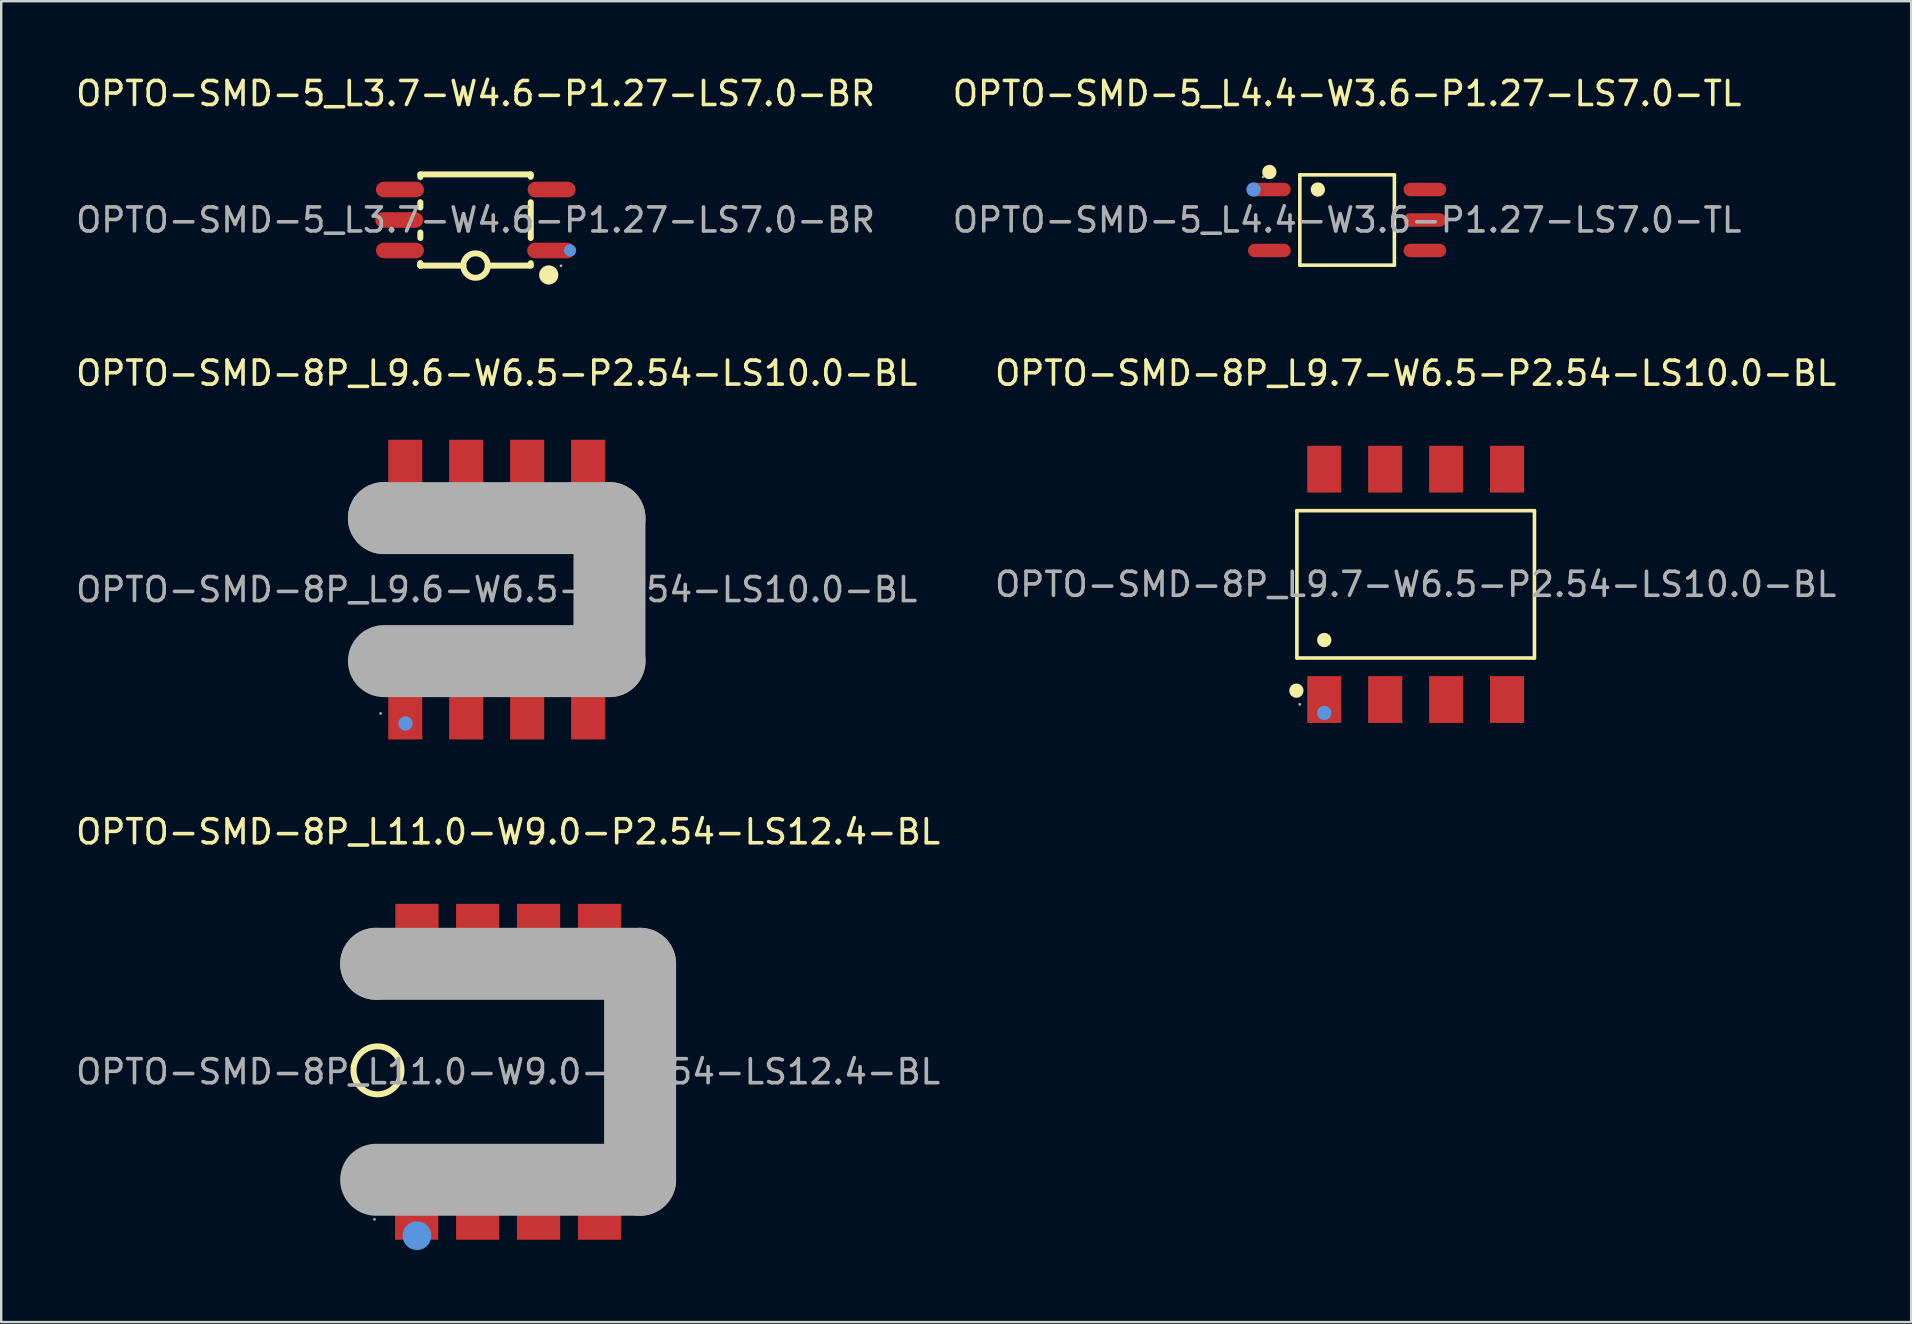
<source format=kicad_pcb>
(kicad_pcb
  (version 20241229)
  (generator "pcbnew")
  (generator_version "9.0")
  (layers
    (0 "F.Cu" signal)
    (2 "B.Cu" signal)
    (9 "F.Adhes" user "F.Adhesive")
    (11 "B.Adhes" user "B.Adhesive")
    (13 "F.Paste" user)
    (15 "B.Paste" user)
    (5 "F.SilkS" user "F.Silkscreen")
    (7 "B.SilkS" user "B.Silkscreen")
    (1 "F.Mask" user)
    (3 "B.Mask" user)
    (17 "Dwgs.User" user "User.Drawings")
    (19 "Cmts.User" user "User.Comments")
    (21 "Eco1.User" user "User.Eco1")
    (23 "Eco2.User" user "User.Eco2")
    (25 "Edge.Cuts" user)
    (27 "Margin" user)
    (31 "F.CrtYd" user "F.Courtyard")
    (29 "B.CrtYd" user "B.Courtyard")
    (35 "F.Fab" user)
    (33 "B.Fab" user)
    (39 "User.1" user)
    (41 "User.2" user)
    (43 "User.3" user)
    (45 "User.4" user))
  (footprint "OPTO-SMD-8P_L9.6-W6.5-P2.54-LS10.0-BL"
    (layer "F.Cu")
    (at 17.649 21.521)
    (property "Reference" "OPTO-SMD-8P_L9.6-W6.5-P2.54-LS10.0-BL" (at 0 -9.02 0) (layer "F.SilkS") (effects (font (size 1 1) (thickness 0.15))))
    (attr through_hole)
    (fp_circle (center -4.96 3.49) (end -4.81 3.49) (stroke (width 0.3) (type solid)) (fill no) (layer "F.SilkS"))
    (fp_circle (center -3.8 5.58) (end -3.65 5.58) (stroke (width 0.3) (type solid)) (fill no) (layer "Cmts.User"))
    (fp_line (start -4.7 -2.98) (end -4.7 -2.98) (stroke (width 3) (type solid)) (layer "F.Fab"))
    (fp_line (start -4.7 -2.98) (end 4.7 -2.98) (stroke (width 3) (type solid)) (layer "F.Fab"))
    (fp_line (start 4.7 -2.98) (end 4.7 2.98) (stroke (width 3) (type solid)) (layer "F.Fab"))
    (fp_line (start 4.7 2.98) (end -4.7 2.98) (stroke (width 3) (type solid)) (layer "F.Fab"))
    (fp_circle (center -4.84 5.16) (end -4.81 5.16) (stroke (width 0.06) (type solid)) (fill no) (layer "F.Fab"))
    (fp_text user "${REFERENCE}" (at 0 0 0) (layer "F.Fab") (effects (font (size 1 1) (thickness 0.15))))
    (pad "1" smd rect (at -3.81 5.02) (size 1.42 2.45) (layers "F.Cu" "F.Mask" "F.Paste"))
    (pad "2" smd rect (at -1.27 5.02) (size 1.42 2.45) (layers "F.Cu" "F.Mask" "F.Paste"))
    (pad "3" smd rect (at 1.27 5.02) (size 1.42 2.45) (layers "F.Cu" "F.Mask" "F.Paste"))
    (pad "4" smd rect (at 3.81 5.02) (size 1.42 2.45) (layers "F.Cu" "F.Mask" "F.Paste"))
    (pad "5" smd rect (at 3.81 -5.02) (size 1.42 2.45) (layers "F.Cu" "F.Mask" "F.Paste"))
    (pad "6" smd rect (at 1.27 -5.02) (size 1.42 2.45) (layers "F.Cu" "F.Mask" "F.Paste"))
    (pad "7" smd rect (at -1.27 -5.02) (size 1.42 2.45) (layers "F.Cu" "F.Mask" "F.Paste"))
    (pad "8" smd rect (at -3.81 -5.02) (size 1.42 2.45) (layers "F.Cu" "F.Mask" "F.Paste")))
  (footprint "OPTO-SMD-8P_L9.7-W6.5-P2.54-LS10.0-BL"
    (layer "F.Cu")
    (at 55.946 21.302)
    (property "Reference" "OPTO-SMD-8P_L9.7-W6.5-P2.54-LS10.0-BL" (at 0 -8.8 0) (layer "F.SilkS") (effects (font (size 1 1) (thickness 0.15))))
    (attr through_hole)
    (fp_line (start -4.95 -3.07) (end 4.95 -3.07) (stroke (width 0.15) (type solid)) (layer "F.SilkS"))
    (fp_line (start -4.95 3.07) (end -4.95 -3.07) (stroke (width 0.15) (type solid)) (layer "F.SilkS"))
    (fp_line (start 4.95 -3.07) (end 4.95 3.07) (stroke (width 0.15) (type solid)) (layer "F.SilkS"))
    (fp_line (start 4.95 3.07) (end -4.95 3.07) (stroke (width 0.15) (type solid)) (layer "F.SilkS"))
    (fp_circle (center -4.97 4.43) (end -4.82 4.43) (stroke (width 0.3) (type solid)) (fill no) (layer "F.SilkS"))
    (fp_circle (center -3.81 2.32) (end -3.66 2.32) (stroke (width 0.3) (type solid)) (fill no) (layer "F.SilkS"))
    (fp_circle (center -3.81 5.36) (end -3.66 5.36) (stroke (width 0.3) (type solid)) (fill no) (layer "Cmts.User"))
    (fp_circle (center -4.83 5) (end -4.8 5) (stroke (width 0.06) (type solid)) (fill no) (layer "F.Fab"))
    (fp_text user "${REFERENCE}" (at 0 0 0) (layer "F.Fab") (effects (font (size 1 1) (thickness 0.15))))
    (pad "1" smd rect (at -3.81 4.8) (size 1.42 1.95) (layers "F.Cu" "F.Mask" "F.Paste"))
    (pad "2" smd rect (at -1.27 4.8) (size 1.42 1.95) (layers "F.Cu" "F.Mask" "F.Paste"))
    (pad "3" smd rect (at 1.27 4.8) (size 1.42 1.95) (layers "F.Cu" "F.Mask" "F.Paste"))
    (pad "4" smd rect (at 3.81 4.8) (size 1.42 1.95) (layers "F.Cu" "F.Mask" "F.Paste"))
    (pad "5" smd rect (at 3.81 -4.8) (size 1.42 1.95) (layers "F.Cu" "F.Mask" "F.Paste"))
    (pad "6" smd rect (at 1.27 -4.8) (size 1.42 1.95) (layers "F.Cu" "F.Mask" "F.Paste"))
    (pad "7" smd rect (at -1.27 -4.8) (size 1.42 1.95) (layers "F.Cu" "F.Mask" "F.Paste"))
    (pad "8" smd rect (at -3.81 -4.8) (size 1.42 1.95) (layers "F.Cu" "F.Mask" "F.Paste")))
  (footprint "OPTO-SMD-5_L4.4-W3.6-P1.27-LS7.0-TL"
    (layer "F.Cu")
    (at 53.089 6.118)
    (property "Reference" "OPTO-SMD-5_L4.4-W3.6-P1.27-LS7.0-TL" (at 0 -5.27 0) (layer "F.SilkS") (effects (font (size 1 1) (thickness 0.15))))
    (attr through_hole)
    (fp_line (start -1.97 -1.88) (end 1.97 -1.88) (stroke (width 0.15) (type solid)) (layer "F.SilkS"))
    (fp_line (start -1.97 1.88) (end -1.97 -1.88) (stroke (width 0.15) (type solid)) (layer "F.SilkS"))
    (fp_line (start 1.97 -1.88) (end 1.97 1.88) (stroke (width 0.15) (type solid)) (layer "F.SilkS"))
    (fp_line (start 1.97 1.88) (end -1.97 1.88) (stroke (width 0.15) (type solid)) (layer "F.SilkS"))
    (fp_circle (center -3.24 -2) (end -3.09 -2) (stroke (width 0.3) (type solid)) (fill no) (layer "F.SilkS"))
    (fp_circle (center -1.22 -1.27) (end -1.07 -1.27) (stroke (width 0.3) (type solid)) (fill no) (layer "F.SilkS"))
    (fp_circle (center -3.9 -1.27) (end -3.75 -1.27) (stroke (width 0.3) (type solid)) (fill no) (layer "Cmts.User"))
    (fp_circle (center -3.5 -1.8) (end -3.47 -1.8) (stroke (width 0.06) (type solid)) (fill no) (layer "F.Fab"))
    (fp_text user "${REFERENCE}" (at 0 0 0) (layer "F.Fab") (effects (font (size 1 1) (thickness 0.15))))
    (pad "1" smd oval (at -3.24 -1.27 270) (size 0.56 1.78) (layers "F.Cu" "F.Mask" "F.Paste"))
    (pad "3" smd oval (at -3.24 1.27 270) (size 0.56 1.78) (layers "F.Cu" "F.Mask" "F.Paste"))
    (pad "4" smd oval (at 3.24 1.27 270) (size 0.56 1.78) (layers "F.Cu" "F.Mask" "F.Paste"))
    (pad "5" smd oval (at 3.24 0 270) (size 0.56 1.78) (layers "F.Cu" "F.Mask" "F.Paste"))
    (pad "6" smd oval (at 3.24 -1.27 270) (size 0.56 1.78) (layers "F.Cu" "F.Mask" "F.Paste")))
  (footprint "OPTO-SMD-5_L3.7-W4.6-P1.27-LS7.0-BR"
    (layer "F.Cu")
    (at 16.768 6.118)
    (property "Reference" "OPTO-SMD-5_L3.7-W4.6-P1.27-LS7.0-BR" (at 0 -5.27 0) (layer "F.SilkS") (effects (font (size 1 1) (thickness 0.15))))
    (attr through_hole)
    (fp_line (start -2.3 -1.9) (end 2.3 -1.9) (stroke (width 0.25) (type solid)) (layer "F.SilkS"))
    (fp_line (start -2.3 -1.79) (end -2.3 -1.9) (stroke (width 0.25) (type solid)) (layer "F.SilkS"))
    (fp_line (start -2.3 -0.74) (end -2.3 -0.52) (stroke (width 0.25) (type solid)) (layer "F.SilkS"))
    (fp_line (start -2.3 0.52) (end -2.3 0.75) (stroke (width 0.25) (type solid)) (layer "F.SilkS"))
    (fp_line (start -2.3 1.8) (end -2.3 1.9) (stroke (width 0.25) (type solid)) (layer "F.SilkS"))
    (fp_line (start -2.3 1.9) (end -2.3 1.8) (stroke (width 0.25) (type solid)) (layer "F.SilkS"))
    (fp_line (start -2.3 1.9) (end -0.51 1.9) (stroke (width 0.25) (type solid)) (layer "F.SilkS"))
    (fp_line (start 2.3 -1.8) (end 2.3 -1.9) (stroke (width 0.25) (type solid)) (layer "F.SilkS"))
    (fp_line (start 2.3 0.75) (end 2.3 -0.74) (stroke (width 0.25) (type solid)) (layer "F.SilkS"))
    (fp_line (start 2.3 1.9) (end 0.51 1.9) (stroke (width 0.25) (type solid)) (layer "F.SilkS"))
    (fp_line (start 2.3 1.9) (end 2.3 1.8) (stroke (width 0.25) (type solid)) (layer "F.SilkS"))
    (fp_arc (start 0.509922 1.908901) (mid -0.50998 1.895549) (end 0.51 1.9) (stroke (width 0.25) (type solid)) (layer "F.SilkS"))
    (fp_arc (start 3.05 2.29) (mid 3.05 2.29) (end 3.05 2.29) (stroke (width 0.4) (type solid)) (layer "F.SilkS"))
    (fp_circle (center 3.94 1.27) (end 4.07 1.27) (stroke (width 0.25) (type solid)) (fill no) (layer "Cmts.User"))
    (fp_circle (center 3.56 1.91) (end 3.59 1.91) (stroke (width 0.06) (type solid)) (fill no) (layer "F.Fab"))
    (fp_text user "${REFERENCE}" (at 0 0 0) (layer "F.Fab") (effects (font (size 1 1) (thickness 0.15))))
    (pad "1" smd oval (at 3.15 1.27 270) (size 0.65 2) (layers "F.Cu" "F.Mask" "F.Paste"))
    (pad "3" smd oval (at 3.17 -1.27 270) (size 0.65 2) (layers "F.Cu" "F.Mask" "F.Paste"))
    (pad "4" smd oval (at -3.15 -1.27 270) (size 0.65 2) (layers "F.Cu" "F.Mask" "F.Paste"))
    (pad "5" smd oval (at -3.18 0 270) (size 0.65 2) (layers "F.Cu" "F.Mask" "F.Paste"))
    (pad "6" smd oval (at -3.15 1.27 270) (size 0.65 2) (layers "F.Cu" "F.Mask" "F.Paste")))
  (footprint "OPTO-SMD-8P_L11.0-W9.0-P2.54-LS12.4-BL"
    (layer "F.Cu")
    (at 18.125 41.615)
    (property "Reference" "OPTO-SMD-8P_L11.0-W9.0-P2.54-LS12.4-BL" (at 0 -10 0) (layer "F.SilkS") (effects (font (size 1 1) (thickness 0.15))))
    (attr through_hole)
    (fp_arc (start -5.422548 -1.059848) (mid -5.448726 0.939962) (end -5.44 -1.06) (stroke (width 0.25) (type solid)) (layer "F.SilkS"))
    (fp_arc (start -5.4 5.3) (mid -5.4 5.3) (end -5.4 5.3) (stroke (width 0.4) (type solid)) (layer "F.SilkS"))
    (fp_circle (center -3.8 6.83) (end -3.5 6.83) (stroke (width 0.6) (type solid)) (fill no) (layer "Cmts.User"))
    (fp_line (start -5.5 -4.5) (end -5.5 -4.5) (stroke (width 3) (type solid)) (layer "F.Fab"))
    (fp_line (start -5.5 -4.5) (end 5.5 -4.5) (stroke (width 3) (type solid)) (layer "F.Fab"))
    (fp_line (start 5.5 -4.5) (end 5.5 4.5) (stroke (width 3) (type solid)) (layer "F.Fab"))
    (fp_line (start 5.5 4.5) (end -5.5 4.5) (stroke (width 3) (type solid)) (layer "F.Fab"))
    (fp_circle (center -5.57 6.15) (end -5.54 6.15) (stroke (width 0.06) (type solid)) (fill no) (layer "F.Fab"))
    (fp_text user "${REFERENCE}" (at 0 0 0) (layer "F.Fab") (effects (font (size 1 1) (thickness 0.15))))
    (pad "1" smd rect (at -3.81 6) (size 1.8 2) (layers "F.Cu" "F.Mask" "F.Paste"))
    (pad "2" smd rect (at -1.27 6) (size 1.8 2) (layers "F.Cu" "F.Mask" "F.Paste"))
    (pad "3" smd rect (at 1.27 6) (size 1.8 2) (layers "F.Cu" "F.Mask" "F.Paste"))
    (pad "4" smd rect (at 3.81 6) (size 1.8 2) (layers "F.Cu" "F.Mask" "F.Paste"))
    (pad "5" smd rect (at 3.81 -6 180) (size 1.8 2) (layers "F.Cu" "F.Mask" "F.Paste"))
    (pad "6" smd rect (at 1.27 -6 180) (size 1.8 2) (layers "F.Cu" "F.Mask" "F.Paste"))
    (pad "7" smd rect (at -1.27 -6 180) (size 1.8 2) (layers "F.Cu" "F.Mask" "F.Paste"))
    (pad "8" smd rect (at -3.8 -6 180) (size 1.8 2) (layers "F.Cu" "F.Mask" "F.Paste")))
  (gr_rect
    (start -3 -3)
    (end 76.595 52.045)
    (stroke (width 0.1) (type default))
    (fill no)
    (layer "Edge.Cuts")))
</source>
